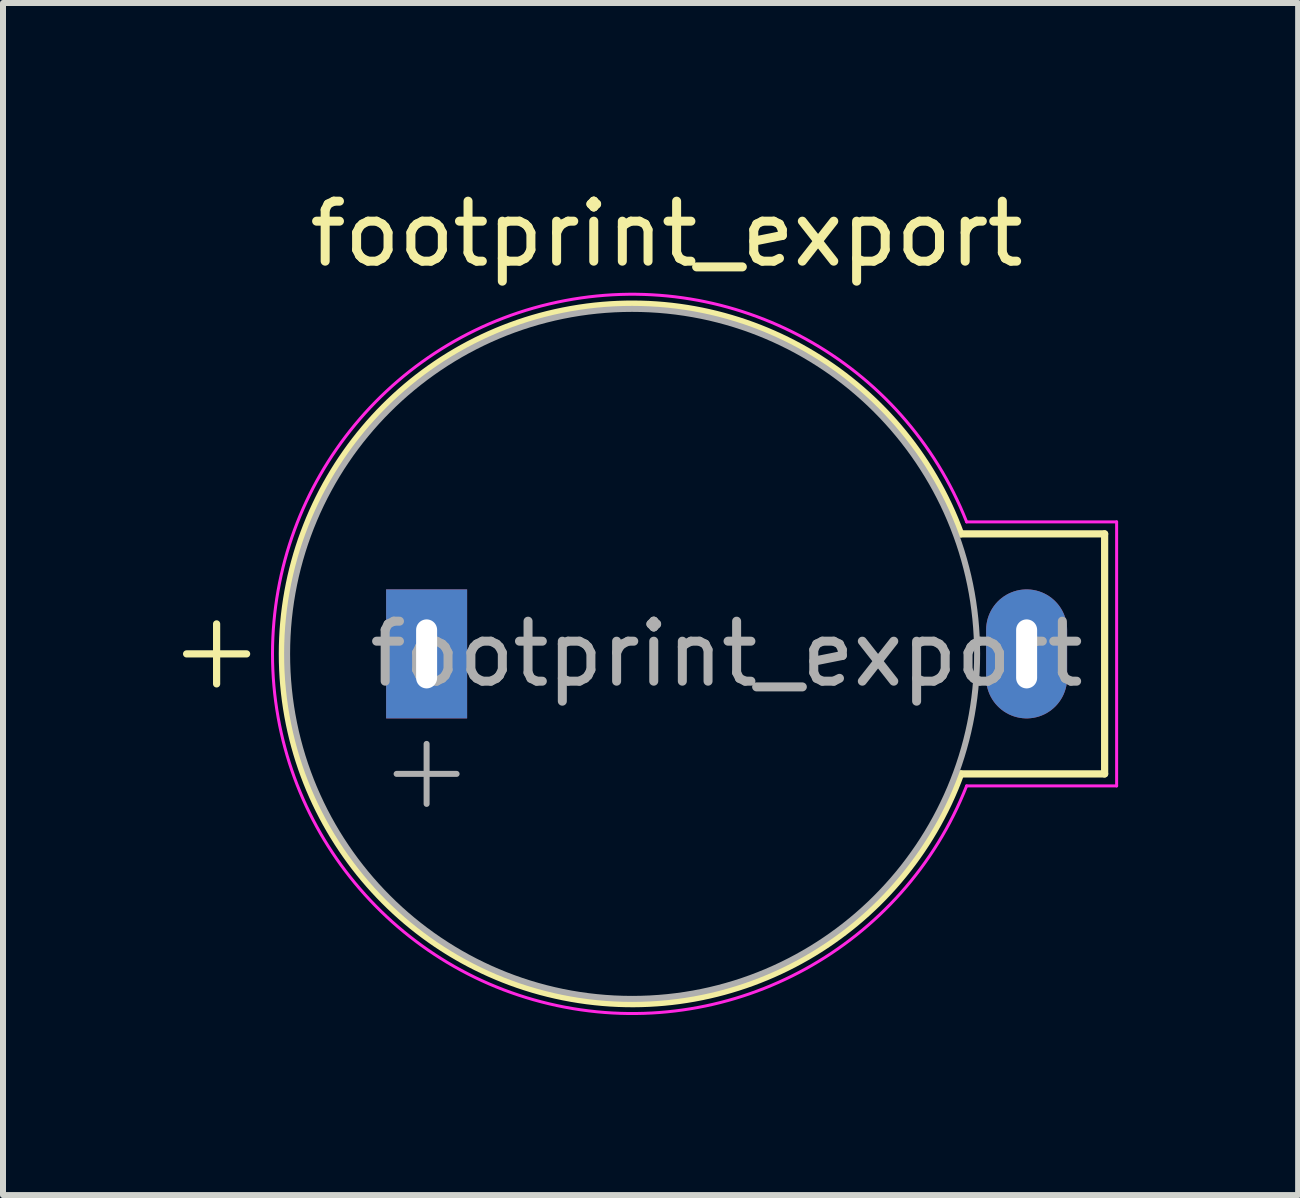
<source format=kicad_pcb>
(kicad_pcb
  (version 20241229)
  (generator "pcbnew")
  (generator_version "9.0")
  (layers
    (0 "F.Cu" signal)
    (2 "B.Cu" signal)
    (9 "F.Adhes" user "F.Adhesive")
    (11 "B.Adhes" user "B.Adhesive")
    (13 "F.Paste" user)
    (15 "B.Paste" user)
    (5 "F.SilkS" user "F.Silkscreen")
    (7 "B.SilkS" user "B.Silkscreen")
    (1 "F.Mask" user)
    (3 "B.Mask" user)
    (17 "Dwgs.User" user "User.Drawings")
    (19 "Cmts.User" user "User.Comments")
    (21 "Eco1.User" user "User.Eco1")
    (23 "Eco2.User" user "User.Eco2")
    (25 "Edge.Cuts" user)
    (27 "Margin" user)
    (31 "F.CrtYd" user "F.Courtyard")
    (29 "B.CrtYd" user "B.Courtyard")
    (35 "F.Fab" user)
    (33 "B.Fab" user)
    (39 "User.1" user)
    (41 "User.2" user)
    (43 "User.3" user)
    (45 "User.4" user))
  (footprint "footprint_export"
    (layer "F.Cu")
    (at 4.06 7.848)
    (property "Reference" "footprint_export" (at 4 -7 0) (layer "F.SilkS") (effects (font (size 1 1) (thickness 0.15))))
    (attr through_hole)
    (fp_line (start -4 0) (end -3 0) (stroke (width 0.12) (type solid)) (layer "F.SilkS"))
    (fp_line (start -3.5 -0.5) (end -3.5 0.5) (stroke (width 0.12) (type solid)) (layer "F.SilkS"))
    (fp_line (start 8.9 -2) (end 11.3 -2) (stroke (width 0.12) (type solid)) (layer "F.SilkS"))
    (fp_line (start 11.3 -2) (end 11.3 2) (stroke (width 0.12) (type solid)) (layer "F.SilkS"))
    (fp_line (start 11.3 2) (end 8.9 2) (stroke (width 0.12) (type solid)) (layer "F.SilkS"))
    (fp_arc (start 8.9 2) (mid -2.403861 0) (end 8.9 -2) (stroke (width 0.12) (type solid)) (layer "F.SilkS"))
    (fp_line (start 9 -2.2) (end 11.5 -2.2) (stroke (width 0.05) (type solid)) (layer "F.CrtYd"))
    (fp_line (start 11.5 -2.2) (end 11.5 2.2) (stroke (width 0.05) (type solid)) (layer "F.CrtYd"))
    (fp_line (start 11.5 2.2) (end 9 2.2) (stroke (width 0.05) (type solid)) (layer "F.CrtYd"))
    (fp_arc (start 9 2.2) (mid -2.568382 0) (end 9 -2.2) (stroke (width 0.05) (type solid)) (layer "F.CrtYd"))
    (fp_line (start -0.5 2) (end 0.5 2) (stroke (width 0.1) (type solid)) (layer "F.Fab"))
    (fp_line (start 0 1.5) (end 0 2.5) (stroke (width 0.1) (type solid)) (layer "F.Fab"))
    (fp_circle (center 3.425 0) (end 9.175 0) (stroke (width 0.1) (type solid)) (fill no) (layer "F.Fab"))
    (fp_text user "${REFERENCE}" (at 5 0 0) (layer "F.Fab") (effects (font (size 1 1) (thickness 0.15))))
    (pad "1" thru_hole rect (at 0 0) (size 1.35 2.15) (drill oval 0.35 1.15) (layers "*.Cu" "*.Mask"))
    (pad "2" thru_hole oval (at 10 0) (size 1.35 2.15) (drill oval 0.35 1.15) (layers "*.Cu" "*.Mask")))
  (gr_rect
    (start -3 -3)
    (end 18.585 16.867)
    (stroke (width 0.1) (type default))
    (fill no)
    (layer "Edge.Cuts")))
</source>
